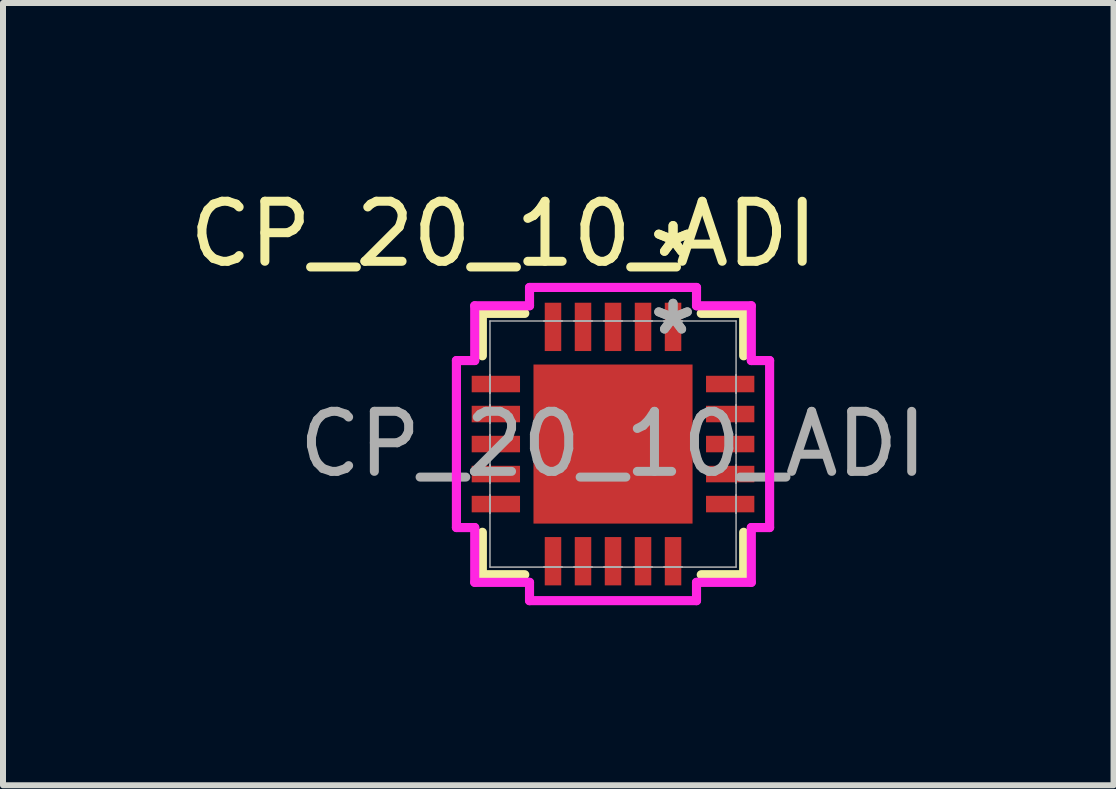
<source format=kicad_pcb>
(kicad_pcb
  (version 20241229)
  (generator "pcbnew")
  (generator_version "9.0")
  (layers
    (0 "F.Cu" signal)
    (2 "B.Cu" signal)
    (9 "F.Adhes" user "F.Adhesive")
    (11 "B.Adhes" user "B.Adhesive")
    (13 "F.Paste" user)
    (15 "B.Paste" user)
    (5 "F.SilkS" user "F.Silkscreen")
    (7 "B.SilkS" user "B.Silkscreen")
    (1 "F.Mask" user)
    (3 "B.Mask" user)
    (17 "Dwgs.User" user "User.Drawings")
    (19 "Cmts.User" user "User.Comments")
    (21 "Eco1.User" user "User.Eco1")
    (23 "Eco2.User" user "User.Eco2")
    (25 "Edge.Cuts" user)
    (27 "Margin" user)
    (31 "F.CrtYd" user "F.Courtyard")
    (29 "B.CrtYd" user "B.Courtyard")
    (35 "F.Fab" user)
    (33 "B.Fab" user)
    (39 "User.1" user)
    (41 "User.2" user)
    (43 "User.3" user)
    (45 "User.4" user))
  (footprint "CP_20_10_ADI"
    (layer "F.Cu")
    (at 7.163 4.348)
    (property "Reference" "CP_20_10_ADI" (at -1.824 -3.5 0) (unlocked yes) (layer "F.SilkS") (effects (font (size 1 1) (thickness 0.15))))
    (attr smd)
    (fp_line (start -2.177 -2.177) (end -2.177 -1.47) (stroke (width 0.152) (type solid)) (layer "F.SilkS"))
    (fp_line (start -2.177 1.47) (end -2.177 2.177) (stroke (width 0.152) (type solid)) (layer "F.SilkS"))
    (fp_line (start -2.177 2.177) (end -1.47 2.177) (stroke (width 0.152) (type solid)) (layer "F.SilkS"))
    (fp_line (start -1.47 -2.177) (end -2.177 -2.177) (stroke (width 0.152) (type solid)) (layer "F.SilkS"))
    (fp_line (start 1.47 2.177) (end 2.177 2.177) (stroke (width 0.152) (type solid)) (layer "F.SilkS"))
    (fp_line (start 2.177 -2.177) (end 1.47 -2.177) (stroke (width 0.152) (type solid)) (layer "F.SilkS"))
    (fp_line (start 2.177 -1.47) (end 2.177 -2.177) (stroke (width 0.152) (type solid)) (layer "F.SilkS"))
    (fp_line (start 2.177 2.177) (end 2.177 1.47) (stroke (width 0.152) (type solid)) (layer "F.SilkS"))
    (fp_poly (pts (xy -1.225 -1.225) (xy -1.225 -0.1) (xy -0.1 -0.1) (xy -0.1 -1.225)) (stroke (width 0) (type solid)) (fill yes) (layer "F.Paste"))
    (fp_poly (pts (xy -1.225 0.1) (xy -1.225 1.225) (xy -0.1 1.225) (xy -0.1 0.1)) (stroke (width 0) (type solid)) (fill yes) (layer "F.Paste"))
    (fp_poly (pts (xy 0.1 -1.225) (xy 0.1 -0.1) (xy 1.225 -0.1) (xy 1.225 -1.225)) (stroke (width 0) (type solid)) (fill yes) (layer "F.Paste"))
    (fp_poly (pts (xy 0.1 0.1) (xy 0.1 1.225) (xy 1.225 1.225) (xy 1.225 0.1)) (stroke (width 0) (type solid)) (fill yes) (layer "F.Paste"))
    (fp_line (start -2.609 -1.391) (end -2.304 -1.391) (stroke (width 0.152) (type solid)) (layer "F.CrtYd"))
    (fp_line (start -2.609 1.391) (end -2.609 -1.391) (stroke (width 0.152) (type solid)) (layer "F.CrtYd"))
    (fp_line (start -2.304 -2.304) (end -1.391 -2.304) (stroke (width 0.152) (type solid)) (layer "F.CrtYd"))
    (fp_line (start -2.304 -1.391) (end -2.304 -2.304) (stroke (width 0.152) (type solid)) (layer "F.CrtYd"))
    (fp_line (start -2.304 1.391) (end -2.609 1.391) (stroke (width 0.152) (type solid)) (layer "F.CrtYd"))
    (fp_line (start -2.304 2.304) (end -2.304 1.391) (stroke (width 0.152) (type solid)) (layer "F.CrtYd"))
    (fp_line (start -1.391 -2.609) (end 1.391 -2.609) (stroke (width 0.152) (type solid)) (layer "F.CrtYd"))
    (fp_line (start -1.391 -2.304) (end -1.391 -2.609) (stroke (width 0.152) (type solid)) (layer "F.CrtYd"))
    (fp_line (start -1.391 2.304) (end -2.304 2.304) (stroke (width 0.152) (type solid)) (layer "F.CrtYd"))
    (fp_line (start -1.391 2.609) (end -1.391 2.304) (stroke (width 0.152) (type solid)) (layer "F.CrtYd"))
    (fp_line (start 1.391 -2.609) (end 1.391 -2.304) (stroke (width 0.152) (type solid)) (layer "F.CrtYd"))
    (fp_line (start 1.391 -2.304) (end 2.304 -2.304) (stroke (width 0.152) (type solid)) (layer "F.CrtYd"))
    (fp_line (start 1.391 2.304) (end 1.391 2.609) (stroke (width 0.152) (type solid)) (layer "F.CrtYd"))
    (fp_line (start 1.391 2.609) (end -1.391 2.609) (stroke (width 0.152) (type solid)) (layer "F.CrtYd"))
    (fp_line (start 2.304 -2.304) (end 2.304 -1.391) (stroke (width 0.152) (type solid)) (layer "F.CrtYd"))
    (fp_line (start 2.304 -1.391) (end 2.609 -1.391) (stroke (width 0.152) (type solid)) (layer "F.CrtYd"))
    (fp_line (start 2.304 1.391) (end 2.304 2.304) (stroke (width 0.152) (type solid)) (layer "F.CrtYd"))
    (fp_line (start 2.304 2.304) (end 1.391 2.304) (stroke (width 0.152) (type solid)) (layer "F.CrtYd"))
    (fp_line (start 2.609 -1.391) (end 2.609 1.391) (stroke (width 0.152) (type solid)) (layer "F.CrtYd"))
    (fp_line (start 2.609 1.391) (end 2.304 1.391) (stroke (width 0.152) (type solid)) (layer "F.CrtYd"))
    (fp_line (start -2.05 -2.05) (end -2.05 2.05) (stroke (width 0.025) (type solid)) (layer "F.Fab"))
    (fp_line (start -2.05 -1.15) (end -2.05 -1.15) (stroke (width 0.025) (type solid)) (layer "F.Fab"))
    (fp_line (start -2.05 -1.15) (end -2.05 -0.85) (stroke (width 0.025) (type solid)) (layer "F.Fab"))
    (fp_line (start -2.05 -0.85) (end -2.05 -1.15) (stroke (width 0.025) (type solid)) (layer "F.Fab"))
    (fp_line (start -2.05 -0.85) (end -2.05 -0.85) (stroke (width 0.025) (type solid)) (layer "F.Fab"))
    (fp_line (start -2.05 -0.65) (end -2.05 -0.65) (stroke (width 0.025) (type solid)) (layer "F.Fab"))
    (fp_line (start -2.05 -0.65) (end -2.05 -0.35) (stroke (width 0.025) (type solid)) (layer "F.Fab"))
    (fp_line (start -2.05 -0.35) (end -2.05 -0.65) (stroke (width 0.025) (type solid)) (layer "F.Fab"))
    (fp_line (start -2.05 -0.35) (end -2.05 -0.35) (stroke (width 0.025) (type solid)) (layer "F.Fab"))
    (fp_line (start -2.05 -0.15) (end -2.05 -0.15) (stroke (width 0.025) (type solid)) (layer "F.Fab"))
    (fp_line (start -2.05 -0.15) (end -2.05 0.15) (stroke (width 0.025) (type solid)) (layer "F.Fab"))
    (fp_line (start -2.05 0.15) (end -2.05 -0.15) (stroke (width 0.025) (type solid)) (layer "F.Fab"))
    (fp_line (start -2.05 0.15) (end -2.05 0.15) (stroke (width 0.025) (type solid)) (layer "F.Fab"))
    (fp_line (start -2.05 0.35) (end -2.05 0.35) (stroke (width 0.025) (type solid)) (layer "F.Fab"))
    (fp_line (start -2.05 0.35) (end -2.05 0.65) (stroke (width 0.025) (type solid)) (layer "F.Fab"))
    (fp_line (start -2.05 0.65) (end -2.05 0.35) (stroke (width 0.025) (type solid)) (layer "F.Fab"))
    (fp_line (start -2.05 0.65) (end -2.05 0.65) (stroke (width 0.025) (type solid)) (layer "F.Fab"))
    (fp_line (start -2.05 0.85) (end -2.05 0.85) (stroke (width 0.025) (type solid)) (layer "F.Fab"))
    (fp_line (start -2.05 0.85) (end -2.05 1.15) (stroke (width 0.025) (type solid)) (layer "F.Fab"))
    (fp_line (start -2.05 1.15) (end -2.05 0.85) (stroke (width 0.025) (type solid)) (layer "F.Fab"))
    (fp_line (start -2.05 1.15) (end -2.05 1.15) (stroke (width 0.025) (type solid)) (layer "F.Fab"))
    (fp_line (start -2.05 2.05) (end 2.05 2.05) (stroke (width 0.025) (type solid)) (layer "F.Fab"))
    (fp_line (start -1.15 -2.05) (end -1.15 -2.05) (stroke (width 0.025) (type solid)) (layer "F.Fab"))
    (fp_line (start -1.15 -2.05) (end -0.85 -2.05) (stroke (width 0.025) (type solid)) (layer "F.Fab"))
    (fp_line (start -1.15 2.05) (end -1.15 2.05) (stroke (width 0.025) (type solid)) (layer "F.Fab"))
    (fp_line (start -1.15 2.05) (end -0.85 2.05) (stroke (width 0.025) (type solid)) (layer "F.Fab"))
    (fp_line (start -0.85 -2.05) (end -1.15 -2.05) (stroke (width 0.025) (type solid)) (layer "F.Fab"))
    (fp_line (start -0.85 -2.05) (end -0.85 -2.05) (stroke (width 0.025) (type solid)) (layer "F.Fab"))
    (fp_line (start -0.85 2.05) (end -1.15 2.05) (stroke (width 0.025) (type solid)) (layer "F.Fab"))
    (fp_line (start -0.85 2.05) (end -0.85 2.05) (stroke (width 0.025) (type solid)) (layer "F.Fab"))
    (fp_line (start -0.65 -2.05) (end -0.65 -2.05) (stroke (width 0.025) (type solid)) (layer "F.Fab"))
    (fp_line (start -0.65 -2.05) (end -0.35 -2.05) (stroke (width 0.025) (type solid)) (layer "F.Fab"))
    (fp_line (start -0.65 2.05) (end -0.65 2.05) (stroke (width 0.025) (type solid)) (layer "F.Fab"))
    (fp_line (start -0.65 2.05) (end -0.35 2.05) (stroke (width 0.025) (type solid)) (layer "F.Fab"))
    (fp_line (start -0.35 -2.05) (end -0.65 -2.05) (stroke (width 0.025) (type solid)) (layer "F.Fab"))
    (fp_line (start -0.35 -2.05) (end -0.35 -2.05) (stroke (width 0.025) (type solid)) (layer "F.Fab"))
    (fp_line (start -0.35 2.05) (end -0.65 2.05) (stroke (width 0.025) (type solid)) (layer "F.Fab"))
    (fp_line (start -0.35 2.05) (end -0.35 2.05) (stroke (width 0.025) (type solid)) (layer "F.Fab"))
    (fp_line (start -0.15 -2.05) (end -0.15 -2.05) (stroke (width 0.025) (type solid)) (layer "F.Fab"))
    (fp_line (start -0.15 -2.05) (end 0.15 -2.05) (stroke (width 0.025) (type solid)) (layer "F.Fab"))
    (fp_line (start -0.15 2.05) (end -0.15 2.05) (stroke (width 0.025) (type solid)) (layer "F.Fab"))
    (fp_line (start -0.15 2.05) (end 0.15 2.05) (stroke (width 0.025) (type solid)) (layer "F.Fab"))
    (fp_line (start 0.15 -2.05) (end -0.15 -2.05) (stroke (width 0.025) (type solid)) (layer "F.Fab"))
    (fp_line (start 0.15 -2.05) (end 0.15 -2.05) (stroke (width 0.025) (type solid)) (layer "F.Fab"))
    (fp_line (start 0.15 2.05) (end -0.15 2.05) (stroke (width 0.025) (type solid)) (layer "F.Fab"))
    (fp_line (start 0.15 2.05) (end 0.15 2.05) (stroke (width 0.025) (type solid)) (layer "F.Fab"))
    (fp_line (start 0.35 -2.05) (end 0.35 -2.05) (stroke (width 0.025) (type solid)) (layer "F.Fab"))
    (fp_line (start 0.35 -2.05) (end 0.65 -2.05) (stroke (width 0.025) (type solid)) (layer "F.Fab"))
    (fp_line (start 0.35 2.05) (end 0.35 2.05) (stroke (width 0.025) (type solid)) (layer "F.Fab"))
    (fp_line (start 0.35 2.05) (end 0.65 2.05) (stroke (width 0.025) (type solid)) (layer "F.Fab"))
    (fp_line (start 0.65 -2.05) (end 0.35 -2.05) (stroke (width 0.025) (type solid)) (layer "F.Fab"))
    (fp_line (start 0.65 -2.05) (end 0.65 -2.05) (stroke (width 0.025) (type solid)) (layer "F.Fab"))
    (fp_line (start 0.65 2.05) (end 0.35 2.05) (stroke (width 0.025) (type solid)) (layer "F.Fab"))
    (fp_line (start 0.65 2.05) (end 0.65 2.05) (stroke (width 0.025) (type solid)) (layer "F.Fab"))
    (fp_line (start 0.85 -2.05) (end 0.85 -2.05) (stroke (width 0.025) (type solid)) (layer "F.Fab"))
    (fp_line (start 0.85 -2.05) (end 1.15 -2.05) (stroke (width 0.025) (type solid)) (layer "F.Fab"))
    (fp_line (start 0.85 2.05) (end 0.85 2.05) (stroke (width 0.025) (type solid)) (layer "F.Fab"))
    (fp_line (start 0.85 2.05) (end 1.15 2.05) (stroke (width 0.025) (type solid)) (layer "F.Fab"))
    (fp_line (start 1.15 -2.05) (end 0.85 -2.05) (stroke (width 0.025) (type solid)) (layer "F.Fab"))
    (fp_line (start 1.15 -2.05) (end 1.15 -2.05) (stroke (width 0.025) (type solid)) (layer "F.Fab"))
    (fp_line (start 1.15 2.05) (end 0.85 2.05) (stroke (width 0.025) (type solid)) (layer "F.Fab"))
    (fp_line (start 1.15 2.05) (end 1.15 2.05) (stroke (width 0.025) (type solid)) (layer "F.Fab"))
    (fp_line (start 2.05 -2.05) (end -2.05 -2.05) (stroke (width 0.025) (type solid)) (layer "F.Fab"))
    (fp_line (start 2.05 -1.15) (end 2.05 -1.15) (stroke (width 0.025) (type solid)) (layer "F.Fab"))
    (fp_line (start 2.05 -1.15) (end 2.05 -0.85) (stroke (width 0.025) (type solid)) (layer "F.Fab"))
    (fp_line (start 2.05 -0.85) (end 2.05 -1.15) (stroke (width 0.025) (type solid)) (layer "F.Fab"))
    (fp_line (start 2.05 -0.85) (end 2.05 -0.85) (stroke (width 0.025) (type solid)) (layer "F.Fab"))
    (fp_line (start 2.05 -0.65) (end 2.05 -0.65) (stroke (width 0.025) (type solid)) (layer "F.Fab"))
    (fp_line (start 2.05 -0.65) (end 2.05 -0.35) (stroke (width 0.025) (type solid)) (layer "F.Fab"))
    (fp_line (start 2.05 -0.35) (end 2.05 -0.65) (stroke (width 0.025) (type solid)) (layer "F.Fab"))
    (fp_line (start 2.05 -0.35) (end 2.05 -0.35) (stroke (width 0.025) (type solid)) (layer "F.Fab"))
    (fp_line (start 2.05 -0.15) (end 2.05 -0.15) (stroke (width 0.025) (type solid)) (layer "F.Fab"))
    (fp_line (start 2.05 -0.15) (end 2.05 0.15) (stroke (width 0.025) (type solid)) (layer "F.Fab"))
    (fp_line (start 2.05 0.15) (end 2.05 -0.15) (stroke (width 0.025) (type solid)) (layer "F.Fab"))
    (fp_line (start 2.05 0.15) (end 2.05 0.15) (stroke (width 0.025) (type solid)) (layer "F.Fab"))
    (fp_line (start 2.05 0.35) (end 2.05 0.35) (stroke (width 0.025) (type solid)) (layer "F.Fab"))
    (fp_line (start 2.05 0.35) (end 2.05 0.65) (stroke (width 0.025) (type solid)) (layer "F.Fab"))
    (fp_line (start 2.05 0.65) (end 2.05 0.35) (stroke (width 0.025) (type solid)) (layer "F.Fab"))
    (fp_line (start 2.05 0.65) (end 2.05 0.65) (stroke (width 0.025) (type solid)) (layer "F.Fab"))
    (fp_line (start 2.05 0.85) (end 2.05 0.85) (stroke (width 0.025) (type solid)) (layer "F.Fab"))
    (fp_line (start 2.05 0.85) (end 2.05 1.15) (stroke (width 0.025) (type solid)) (layer "F.Fab"))
    (fp_line (start 2.05 1.15) (end 2.05 0.85) (stroke (width 0.025) (type solid)) (layer "F.Fab"))
    (fp_line (start 2.05 1.15) (end 2.05 1.15) (stroke (width 0.025) (type solid)) (layer "F.Fab"))
    (fp_line (start 2.05 2.05) (end 2.05 -2.05) (stroke (width 0.025) (type solid)) (layer "F.Fab"))
    (fp_text user "*" (at 1 -3.095 0) (unlocked yes) (layer "F.SilkS") (effects (font (size 1 1) (thickness 0.15))))
    (fp_text user "*" (at 1 -3.095 0) (layer "F.SilkS") (effects (font (size 1 1) (thickness 0.15))))
    (fp_text user "${REFERENCE}" (at 0 0 0) (unlocked yes) (layer "F.Fab") (effects (font (size 1 1) (thickness 0.15))))
    (fp_text user "*" (at 1 -1.8 0) (unlocked yes) (layer "F.Fab") (effects (font (size 1 1) (thickness 0.15))))
    (fp_text user "*" (at 1 -1.8 0) (layer "F.Fab") (effects (font (size 1 1) (thickness 0.15))))
    (pad "1" smd rect (at 1 -1.952) (size 0.275 0.805) (layers "F.Cu" "F.Mask" "F.Paste"))
    (pad "2" smd rect (at 0.5 -1.952) (size 0.275 0.805) (layers "F.Cu" "F.Mask" "F.Paste"))
    (pad "3" smd rect (at 0 -1.952) (size 0.275 0.805) (layers "F.Cu" "F.Mask" "F.Paste"))
    (pad "4" smd rect (at -0.5 -1.952) (size 0.275 0.805) (layers "F.Cu" "F.Mask" "F.Paste"))
    (pad "5" smd rect (at -1 -1.952) (size 0.275 0.805) (layers "F.Cu" "F.Mask" "F.Paste"))
    (pad "6" smd rect (at -1.952 -1 90) (size 0.275 0.805) (layers "F.Cu" "F.Mask" "F.Paste"))
    (pad "7" smd rect (at -1.952 -0.5 90) (size 0.275 0.805) (layers "F.Cu" "F.Mask" "F.Paste"))
    (pad "8" smd rect (at -1.952 0 90) (size 0.275 0.805) (layers "F.Cu" "F.Mask" "F.Paste"))
    (pad "9" smd rect (at -1.952 0.5 90) (size 0.275 0.805) (layers "F.Cu" "F.Mask" "F.Paste"))
    (pad "10" smd rect (at -1.952 1 90) (size 0.275 0.805) (layers "F.Cu" "F.Mask" "F.Paste"))
    (pad "11" smd rect (at -1 1.952) (size 0.275 0.805) (layers "F.Cu" "F.Mask" "F.Paste"))
    (pad "12" smd rect (at -0.5 1.952) (size 0.275 0.805) (layers "F.Cu" "F.Mask" "F.Paste"))
    (pad "13" smd rect (at 0 1.952) (size 0.275 0.805) (layers "F.Cu" "F.Mask" "F.Paste"))
    (pad "14" smd rect (at 0.5 1.952) (size 0.275 0.805) (layers "F.Cu" "F.Mask" "F.Paste"))
    (pad "15" smd rect (at 1 1.952) (size 0.275 0.805) (layers "F.Cu" "F.Mask" "F.Paste"))
    (pad "16" smd rect (at 1.952 1 90) (size 0.275 0.805) (layers "F.Cu" "F.Mask" "F.Paste"))
    (pad "17" smd rect (at 1.952 0.5 90) (size 0.275 0.805) (layers "F.Cu" "F.Mask" "F.Paste"))
    (pad "18" smd rect (at 1.952 0 90) (size 0.275 0.805) (layers "F.Cu" "F.Mask" "F.Paste"))
    (pad "19" smd rect (at 1.952 -0.5 90) (size 0.275 0.805) (layers "F.Cu" "F.Mask" "F.Paste"))
    (pad "20" smd rect (at 1.952 -1 90) (size 0.275 0.805) (layers "F.Cu" "F.Mask" "F.Paste"))
    (pad "21" smd rect (at 0 0) (size 2.65 2.65) (layers "F.Cu" "F.Mask" "F.Paste")))
  (gr_rect
    (start -3 -3)
    (end 15.502 10.033)
    (stroke (width 0.1) (type default))
    (fill no)
    (layer "Edge.Cuts")))
</source>
